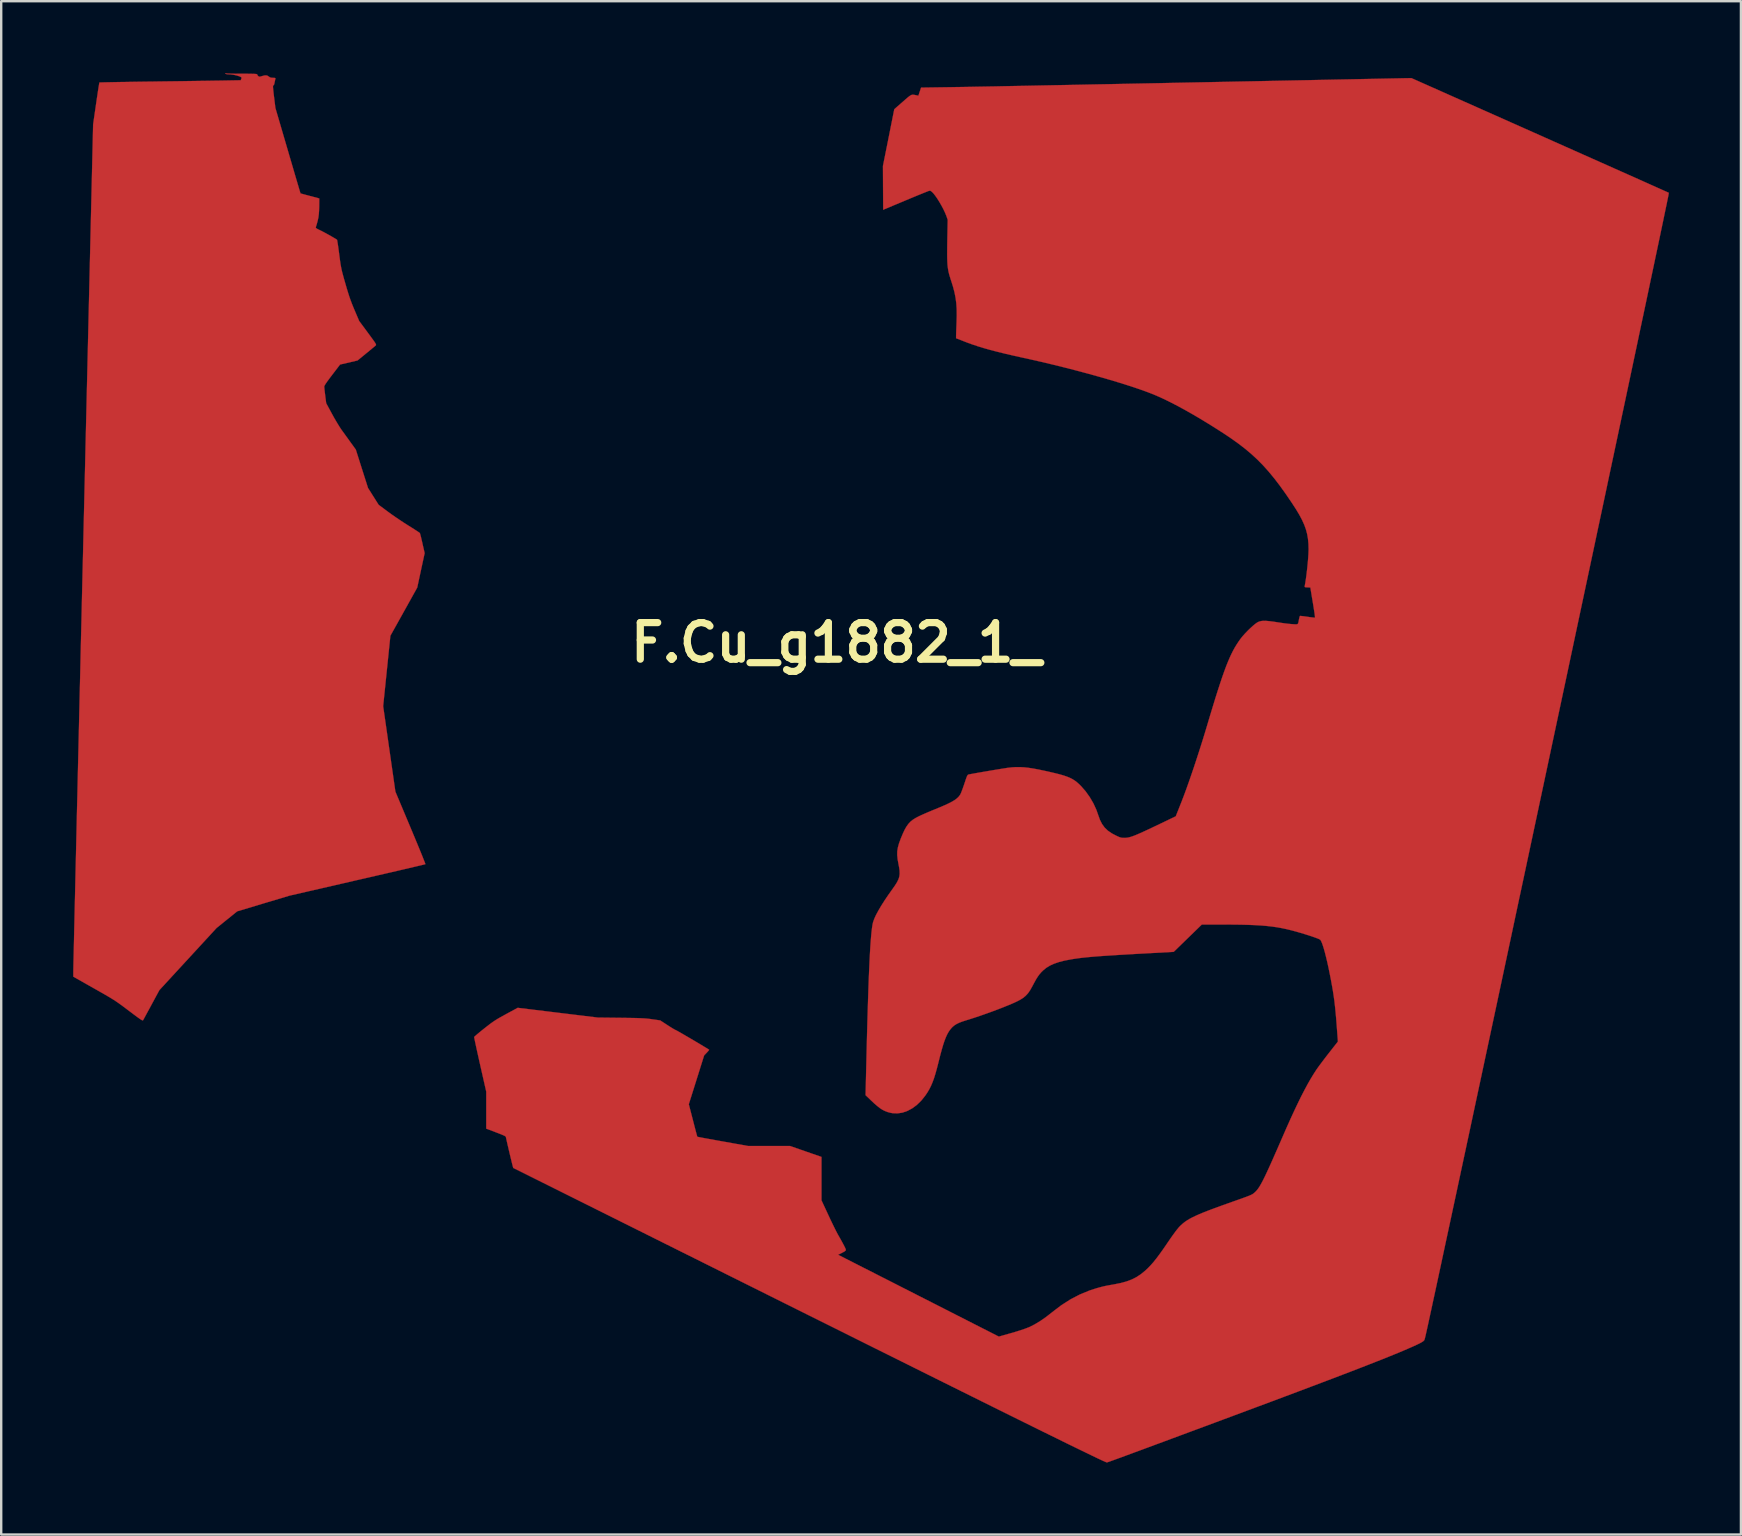
<source format=kicad_pcb>
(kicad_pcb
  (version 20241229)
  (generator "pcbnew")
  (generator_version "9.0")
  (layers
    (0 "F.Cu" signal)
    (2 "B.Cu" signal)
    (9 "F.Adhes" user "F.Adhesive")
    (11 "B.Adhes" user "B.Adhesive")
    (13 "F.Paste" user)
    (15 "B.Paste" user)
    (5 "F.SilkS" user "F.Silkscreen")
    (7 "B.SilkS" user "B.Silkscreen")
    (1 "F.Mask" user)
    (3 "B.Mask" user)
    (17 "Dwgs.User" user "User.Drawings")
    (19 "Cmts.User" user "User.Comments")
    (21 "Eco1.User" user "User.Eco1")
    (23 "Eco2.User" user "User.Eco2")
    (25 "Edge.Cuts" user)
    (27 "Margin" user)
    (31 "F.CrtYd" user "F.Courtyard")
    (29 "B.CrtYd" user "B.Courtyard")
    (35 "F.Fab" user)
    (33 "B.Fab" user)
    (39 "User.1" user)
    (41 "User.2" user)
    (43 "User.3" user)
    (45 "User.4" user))
  (footprint "F.Cu_g1882_1_"
    (layer "F.Cu")
    (at 31.797 23.73)
    (property "Reference" "F.Cu_g1882_1_" (at 0 0 0) (layer "F.SilkS") (effects (font (size 1.524 1.524) (thickness 0.3))))
    (attr through_hole)
    (fp_poly (pts (xy -25.419 -23.721) (xy -25.385 -23.717) (xy -25.315 -23.714) (xy -25.214 -23.711) (xy -25.089 -23.709) (xy -24.944 -23.708) (xy -24.786 -23.707) (xy -24.749 -23.707) (xy -24.566 -23.707) (xy -24.421 -23.705) (xy -24.311 -23.703) (xy -24.23 -23.7) (xy -24.176 -23.696) (xy -24.145 -23.69) (xy -24.131 -23.682) (xy -24.13 -23.678) (xy -24.115 -23.644) (xy -24.087 -23.611) (xy -24.06 -23.59) (xy -24.032 -23.583) (xy -23.99 -23.59) (xy -23.932 -23.608) (xy -23.831 -23.634) (xy -23.757 -23.64) (xy -23.698 -23.624) (xy -23.647 -23.59) (xy -23.593 -23.555) (xy -23.529 -23.54) (xy -23.476 -23.537) (xy -23.415 -23.535) (xy -23.376 -23.527) (xy -23.369 -23.521) (xy -23.373 -23.49) (xy -23.387 -23.426) (xy -23.406 -23.336) (xy -23.421 -23.267) (xy -23.44 -23.23) (xy -23.46 -23.22) (xy -23.468 -23.211) (xy -23.471 -23.181) (xy -23.469 -23.127) (xy -23.462 -23.044) (xy -23.45 -22.928) (xy -23.432 -22.775) (xy -23.428 -22.749) (xy -23.37 -22.278) (xy -22.849 -20.5) (xy -22.772 -20.236) (xy -22.697 -19.983) (xy -22.627 -19.744) (xy -22.563 -19.524) (xy -22.504 -19.324) (xy -22.452 -19.147) (xy -22.407 -18.997) (xy -22.372 -18.877) (xy -22.345 -18.789) (xy -22.329 -18.735) (xy -22.324 -18.72) (xy -22.304 -18.714) (xy -22.248 -18.699) (xy -22.165 -18.676) (xy -22.06 -18.648) (xy -21.939 -18.616) (xy -21.932 -18.614) (xy -21.543 -18.51) (xy -21.546 -18.185) (xy -21.551 -18.006) (xy -21.561 -17.855) (xy -21.579 -17.718) (xy -21.609 -17.579) (xy -21.651 -17.426) (xy -21.686 -17.313) (xy -21.686 -17.291) (xy -21.668 -17.269) (xy -21.624 -17.241) (xy -21.55 -17.204) (xy -21.523 -17.191) (xy -21.457 -17.159) (xy -21.37 -17.114) (xy -21.269 -17.06) (xy -21.163 -17.001) (xy -21.058 -16.943) (xy -20.962 -16.887) (xy -20.882 -16.84) (xy -20.826 -16.805) (xy -20.803 -16.789) (xy -20.796 -16.765) (xy -20.786 -16.704) (xy -20.771 -16.613) (xy -20.754 -16.496) (xy -20.735 -16.358) (xy -20.715 -16.207) (xy -20.712 -16.182) (xy -20.69 -16.013) (xy -20.671 -15.873) (xy -20.653 -15.755) (xy -20.634 -15.65) (xy -20.614 -15.549) (xy -20.589 -15.444) (xy -20.558 -15.327) (xy -20.52 -15.188) (xy -20.472 -15.02) (xy -20.455 -14.962) (xy -20.395 -14.754) (xy -20.341 -14.578) (xy -20.292 -14.424) (xy -20.242 -14.282) (xy -20.19 -14.143) (xy -20.132 -13.998) (xy -20.078 -13.869) (xy -19.88 -13.404) (xy -19.516 -12.912) (xy -19.411 -12.769) (xy -19.329 -12.657) (xy -19.267 -12.571) (xy -19.223 -12.507) (xy -19.195 -12.461) (xy -19.181 -12.429) (xy -19.177 -12.408) (xy -19.181 -12.394) (xy -19.191 -12.383) (xy -19.218 -12.359) (xy -19.273 -12.313) (xy -19.35 -12.25) (xy -19.444 -12.172) (xy -19.548 -12.086) (xy -19.589 -12.053) (xy -19.947 -11.759) (xy -20.676 -11.589) (xy -21.006 -11.157) (xy -21.121 -11.006) (xy -21.21 -10.884) (xy -21.274 -10.791) (xy -21.315 -10.725) (xy -21.334 -10.682) (xy -21.336 -10.671) (xy -21.333 -10.63) (xy -21.326 -10.557) (xy -21.315 -10.46) (xy -21.301 -10.348) (xy -21.295 -10.296) (xy -21.254 -9.977) (xy -21.011 -9.528) (xy -20.932 -9.385) (xy -20.848 -9.239) (xy -20.764 -9.1) (xy -20.688 -8.977) (xy -20.623 -8.879) (xy -20.604 -8.852) (xy -20.53 -8.751) (xy -20.442 -8.629) (xy -20.348 -8.499) (xy -20.258 -8.374) (xy -20.23 -8.335) (xy -20.02 -8.045) (xy -19.766 -7.245) (xy -19.511 -6.445) (xy -19.289 -6.093) (xy -19.067 -5.742) (xy -18.672 -5.448) (xy -18.531 -5.346) (xy -18.366 -5.231) (xy -18.19 -5.112) (xy -18.015 -4.996) (xy -17.854 -4.893) (xy -17.822 -4.874) (xy -17.697 -4.796) (xy -17.584 -4.724) (xy -17.488 -4.662) (xy -17.413 -4.612) (xy -17.366 -4.579) (xy -17.351 -4.566) (xy -17.341 -4.538) (xy -17.324 -4.476) (xy -17.301 -4.386) (xy -17.275 -4.274) (xy -17.246 -4.149) (xy -17.243 -4.134) (xy -17.151 -3.729) (xy -17.306 -3.012) (xy -17.46 -2.295) (xy -18.019 -1.29) (xy -18.579 -0.286) (xy -18.88 2.647) (xy -18.625 4.429) (xy -18.37 6.21) (xy -17.738 7.714) (xy -17.638 7.953) (xy -17.543 8.18) (xy -17.455 8.393) (xy -17.374 8.589) (xy -17.302 8.764) (xy -17.241 8.916) (xy -17.191 9.042) (xy -17.153 9.138) (xy -17.129 9.202) (xy -17.12 9.23) (xy -17.12 9.232) (xy -17.142 9.238) (xy -17.203 9.253) (xy -17.3 9.277) (xy -17.432 9.308) (xy -17.595 9.346) (xy -17.788 9.392) (xy -18.007 9.443) (xy -18.252 9.5) (xy -18.518 9.562) (xy -18.805 9.628) (xy -19.109 9.698) (xy -19.428 9.772) (xy -19.759 9.848) (xy -19.96 9.894) (xy -22.785 10.544) (xy -23.874 10.87) (xy -24.962 11.197) (xy -25.392 11.544) (xy -25.822 11.891) (xy -27.013 13.185) (xy -28.205 14.48) (xy -28.533 15.087) (xy -28.613 15.236) (xy -28.688 15.373) (xy -28.754 15.495) (xy -28.809 15.597) (xy -28.851 15.674) (xy -28.877 15.721) (xy -28.884 15.733) (xy -28.893 15.741) (xy -28.908 15.741) (xy -28.934 15.731) (xy -28.974 15.708) (xy -29.03 15.671) (xy -29.107 15.616) (xy -29.208 15.542) (xy -29.335 15.447) (xy -29.481 15.337) (xy -29.616 15.235) (xy -29.732 15.148) (xy -29.835 15.073) (xy -29.929 15.006) (xy -30.021 14.943) (xy -30.115 14.882) (xy -30.217 14.818) (xy -30.332 14.75) (xy -30.464 14.672) (xy -30.621 14.583) (xy -30.805 14.478) (xy -30.924 14.411) (xy -31.792 13.919) (xy -31.792 13.706) (xy -31.792 13.675) (xy -31.79 13.602) (xy -31.788 13.489) (xy -31.785 13.336) (xy -31.78 13.146) (xy -31.775 12.917) (xy -31.769 12.653) (xy -31.762 12.353) (xy -31.755 12.019) (xy -31.746 11.652) (xy -31.737 11.252) (xy -31.727 10.821) (xy -31.716 10.36) (xy -31.705 9.869) (xy -31.693 9.35) (xy -31.68 8.804) (xy -31.667 8.231) (xy -31.653 7.633) (xy -31.639 7.011) (xy -31.623 6.365) (xy -31.608 5.697) (xy -31.592 5.008) (xy -31.575 4.298) (xy -31.558 3.569) (xy -31.541 2.822) (xy -31.523 2.057) (xy -31.504 1.276) (xy -31.486 0.48) (xy -31.467 -0.33) (xy -31.447 -1.154) (xy -31.428 -1.991) (xy -31.408 -2.838) (xy -31.387 -3.696) (xy -31.379 -4.053) (xy -30.966 -21.601) (xy -30.841 -22.465) (xy -30.814 -22.651) (xy -30.788 -22.824) (xy -30.765 -22.98) (xy -30.744 -23.113) (xy -30.727 -23.219) (xy -30.714 -23.295) (xy -30.707 -23.335) (xy -30.705 -23.341) (xy -30.682 -23.343) (xy -30.621 -23.345) (xy -30.522 -23.348) (xy -30.39 -23.351) (xy -30.226 -23.354) (xy -30.035 -23.358) (xy -29.818 -23.362) (xy -29.578 -23.365) (xy -29.319 -23.37) (xy -29.043 -23.374) (xy -28.753 -23.378) (xy -28.539 -23.38) (xy -28.22 -23.385) (xy -27.899 -23.389) (xy -27.58 -23.393) (xy -27.267 -23.397) (xy -26.966 -23.402) (xy -26.68 -23.406) (xy -26.413 -23.41) (xy -26.17 -23.413) (xy -25.955 -23.417) (xy -25.773 -23.419) (xy -25.628 -23.422) (xy -25.6 -23.422) (xy -24.815 -23.436) (xy -24.792 -23.496) (xy -24.781 -23.532) (xy -24.789 -23.555) (xy -24.821 -23.577) (xy -24.869 -23.598) (xy -24.977 -23.634) (xy -25.108 -23.663) (xy -25.246 -23.681) (xy -25.341 -23.685) (xy -25.403 -23.69) (xy -25.446 -23.703) (xy -25.455 -23.71) (xy -25.454 -23.725) (xy -25.419 -23.721)) (stroke (width 0.01) (type solid)) (fill yes) (layer "F.Cu"))
    (fp_poly (pts (xy 28.66 -21.438) (xy 29.091 -21.246) (xy 29.515 -21.057) (xy 29.932 -20.871) (xy 30.339 -20.69) (xy 30.734 -20.514) (xy 31.115 -20.344) (xy 31.48 -20.182) (xy 31.828 -20.027) (xy 32.156 -19.881) (xy 32.462 -19.744) (xy 32.745 -19.618) (xy 33.003 -19.503) (xy 33.233 -19.401) (xy 33.434 -19.311) (xy 33.603 -19.235) (xy 33.74 -19.174) (xy 33.841 -19.129) (xy 33.898 -19.103) (xy 34.048 -19.036) (xy 34.19 -18.972) (xy 34.321 -18.914) (xy 34.432 -18.864) (xy 34.517 -18.826) (xy 34.571 -18.802) (xy 34.573 -18.801) (xy 34.696 -18.746) (xy 34.683 -18.66) (xy 34.675 -18.617) (xy 34.658 -18.533) (xy 34.633 -18.41) (xy 34.6 -18.248) (xy 34.558 -18.049) (xy 34.509 -17.814) (xy 34.453 -17.543) (xy 34.389 -17.238) (xy 34.318 -16.9) (xy 34.24 -16.529) (xy 34.155 -16.127) (xy 34.064 -15.695) (xy 33.966 -15.233) (xy 33.863 -14.743) (xy 33.754 -14.226) (xy 33.639 -13.683) (xy 33.518 -13.114) (xy 33.393 -12.521) (xy 33.262 -11.904) (xy 33.127 -11.265) (xy 32.987 -10.605) (xy 32.843 -9.925) (xy 32.694 -9.226) (xy 32.542 -8.508) (xy 32.386 -7.773) (xy 32.226 -7.022) (xy 32.064 -6.255) (xy 31.898 -5.475) (xy 31.729 -4.681) (xy 31.558 -3.875) (xy 31.384 -3.057) (xy 31.208 -2.23) (xy 31.03 -1.393) (xy 30.85 -0.548) (xy 30.669 0.304) (xy 30.487 1.162) (xy 30.303 2.025) (xy 30.118 2.893) (xy 29.933 3.763) (xy 29.747 4.636) (xy 29.561 5.51) (xy 29.375 6.384) (xy 29.189 7.257) (xy 29.003 8.129) (xy 28.818 8.997) (xy 28.634 9.862) (xy 28.45 10.721) (xy 28.268 11.575) (xy 28.088 12.422) (xy 27.909 13.261) (xy 27.732 14.091) (xy 27.557 14.911) (xy 27.384 15.72) (xy 27.214 16.517) (xy 27.046 17.301) (xy 26.882 18.071) (xy 26.72 18.826) (xy 26.562 19.565) (xy 26.408 20.288) (xy 26.257 20.992) (xy 26.11 21.677) (xy 25.968 22.342) (xy 25.83 22.987) (xy 25.696 23.609) (xy 25.568 24.208) (xy 25.444 24.783) (xy 25.326 25.333) (xy 25.214 25.858) (xy 25.107 26.355) (xy 25.006 26.824) (xy 24.996 26.871) (xy 24.921 27.218) (xy 24.854 27.526) (xy 24.796 27.798) (xy 24.744 28.035) (xy 24.7 28.24) (xy 24.662 28.415) (xy 24.629 28.564) (xy 24.602 28.687) (xy 24.579 28.788) (xy 24.561 28.869) (xy 24.546 28.932) (xy 24.534 28.979) (xy 24.525 29.013) (xy 24.518 29.037) (xy 24.513 29.052) (xy 24.512 29.055) (xy 24.493 29.084) (xy 24.458 29.115) (xy 24.403 29.151) (xy 24.323 29.195) (xy 24.214 29.248) (xy 24.073 29.313) (xy 23.977 29.356) (xy 23.822 29.424) (xy 23.649 29.498) (xy 23.458 29.579) (xy 23.245 29.666) (xy 23.011 29.761) (xy 22.755 29.864) (xy 22.474 29.974) (xy 22.169 30.094) (xy 21.838 30.223) (xy 21.48 30.361) (xy 21.093 30.509) (xy 20.677 30.668) (xy 20.231 30.837) (xy 19.754 31.017) (xy 19.243 31.21) (xy 18.699 31.414) (xy 18.121 31.631) (xy 17.506 31.86) (xy 16.854 32.103) (xy 16.164 32.36) (xy 15.812 32.491) (xy 15.301 32.681) (xy 14.829 32.856) (xy 14.394 33.018) (xy 13.995 33.166) (xy 13.629 33.302) (xy 13.296 33.425) (xy 12.995 33.537) (xy 12.723 33.638) (xy 12.48 33.727) (xy 12.264 33.807) (xy 12.074 33.877) (xy 11.908 33.939) (xy 11.764 33.991) (xy 11.643 34.035) (xy 11.541 34.072) (xy 11.459 34.102) (xy 11.393 34.125) (xy 11.344 34.142) (xy 11.309 34.154) (xy 11.287 34.161) (xy 11.277 34.163) (xy 11.277 34.163) (xy 11.251 34.154) (xy 11.192 34.129) (xy 11.107 34.091) (xy 11.002 34.042) (xy 10.881 33.986) (xy 10.816 33.954) (xy 10.672 33.885) (xy 10.522 33.812) (xy 10.363 33.735) (xy 10.195 33.654) (xy 10.019 33.568) (xy 9.831 33.477) (xy 9.633 33.38) (xy 9.423 33.277) (xy 9.201 33.167) (xy 8.965 33.051) (xy 8.714 32.928) (xy 8.449 32.798) (xy 8.169 32.659) (xy 7.871 32.512) (xy 7.557 32.357) (xy 7.224 32.192) (xy 6.873 32.018) (xy 6.502 31.834) (xy 6.11 31.64) (xy 5.698 31.435) (xy 5.263 31.219) (xy 4.806 30.992) (xy 4.325 30.753) (xy 3.82 30.502) (xy 3.29 30.238) (xy 2.734 29.961) (xy 2.151 29.671) (xy 1.541 29.368) (xy 0.903 29.05) (xy 0.236 28.717) (xy -0.461 28.37) (xy -1.189 28.008) (xy -1.947 27.63) (xy -2.738 27.236) (xy -3.562 26.825) (xy -4.419 26.398) (xy -5.311 25.953) (xy -6.238 25.491) (xy -7.201 25.011) (xy -8.201 24.512) (xy -8.64 24.293) (xy -13.459 21.89) (xy -13.483 21.802) (xy -13.498 21.743) (xy -13.52 21.654) (xy -13.547 21.543) (xy -13.578 21.415) (xy -13.611 21.278) (xy -13.644 21.138) (xy -13.675 21.002) (xy -13.705 20.877) (xy -13.729 20.768) (xy -13.748 20.684) (xy -13.76 20.631) (xy -13.762 20.617) (xy -13.766 20.601) (xy -13.774 20.586) (xy -13.792 20.571) (xy -13.823 20.552) (xy -13.871 20.529) (xy -13.94 20.5) (xy -14.035 20.462) (xy -14.159 20.414) (xy -14.315 20.354) (xy -14.43 20.311) (xy -14.584 20.253) (xy -14.584 18.712) (xy -14.839 17.587) (xy -14.887 17.375) (xy -14.931 17.175) (xy -14.972 16.99) (xy -15.008 16.826) (xy -15.038 16.685) (xy -15.062 16.572) (xy -15.078 16.49) (xy -15.087 16.444) (xy -15.088 16.434) (xy -15.07 16.414) (xy -15.023 16.372) (xy -14.952 16.311) (xy -14.862 16.236) (xy -14.756 16.15) (xy -14.666 16.078) (xy -14.531 15.972) (xy -14.418 15.885) (xy -14.318 15.813) (xy -14.222 15.748) (xy -14.121 15.685) (xy -14.006 15.618) (xy -13.868 15.542) (xy -13.762 15.483) (xy -13.273 15.218) (xy -9.938 15.624) (xy -8.975 15.635) (xy -8.739 15.638) (xy -8.54 15.641) (xy -8.373 15.644) (xy -8.233 15.648) (xy -8.114 15.653) (xy -8.013 15.658) (xy -7.922 15.665) (xy -7.838 15.673) (xy -7.755 15.683) (xy -7.673 15.695) (xy -7.334 15.743) (xy -7.021 15.947) (xy -6.918 16.013) (xy -6.826 16.07) (xy -6.751 16.114) (xy -6.699 16.142) (xy -6.679 16.15) (xy -6.657 16.161) (xy -6.604 16.19) (xy -6.524 16.235) (xy -6.423 16.293) (xy -6.305 16.362) (xy -6.175 16.438) (xy -6.038 16.518) (xy -5.9 16.599) (xy -5.765 16.679) (xy -5.638 16.755) (xy -5.524 16.824) (xy -5.427 16.882) (xy -5.353 16.927) (xy -5.307 16.957) (xy -5.295 16.966) (xy -5.304 16.984) (xy -5.337 17.024) (xy -5.386 17.078) (xy -5.395 17.088) (xy -5.504 17.202) (xy -5.823 18.219) (xy -6.143 19.236) (xy -5.969 19.91) (xy -5.927 20.072) (xy -5.889 20.221) (xy -5.855 20.351) (xy -5.826 20.458) (xy -5.805 20.536) (xy -5.792 20.582) (xy -5.789 20.592) (xy -5.768 20.596) (xy -5.708 20.608) (xy -5.615 20.626) (xy -5.492 20.649) (xy -5.344 20.676) (xy -5.173 20.707) (xy -4.985 20.741) (xy -4.782 20.778) (xy -4.729 20.787) (xy -3.675 20.976) (xy -1.925 20.976) (xy -1.27 21.204) (xy -0.614 21.431) (xy -0.614 23.24) (xy -0.328 23.856) (xy -0.252 24.018) (xy -0.175 24.179) (xy -0.101 24.332) (xy -0.033 24.469) (xy 0.026 24.583) (xy 0.071 24.668) (xy 0.082 24.687) (xy 0.189 24.876) (xy 0.274 25.03) (xy 0.337 25.15) (xy 0.379 25.237) (xy 0.399 25.291) (xy 0.402 25.308) (xy 0.39 25.336) (xy 0.349 25.369) (xy 0.274 25.411) (xy 0.24 25.429) (xy 0.077 25.509) (xy 0.753 25.853) (xy 0.854 25.904) (xy 0.99 25.974) (xy 1.158 26.059) (xy 1.356 26.159) (xy 1.579 26.273) (xy 1.825 26.399) (xy 2.092 26.534) (xy 2.377 26.679) (xy 2.675 26.831) (xy 2.986 26.989) (xy 3.305 27.152) (xy 3.63 27.317) (xy 3.958 27.484) (xy 4.103 27.558) (xy 6.777 28.919) (xy 7.299 28.771) (xy 7.51 28.709) (xy 7.702 28.648) (xy 7.87 28.591) (xy 8.006 28.539) (xy 8.06 28.517) (xy 8.274 28.408) (xy 8.504 28.269) (xy 8.743 28.103) (xy 8.984 27.915) (xy 9.006 27.897) (xy 9.376 27.615) (xy 9.758 27.37) (xy 10.153 27.164) (xy 10.556 26.998) (xy 10.838 26.907) (xy 10.956 26.874) (xy 11.054 26.848) (xy 11.142 26.826) (xy 11.232 26.806) (xy 11.333 26.787) (xy 11.458 26.764) (xy 11.578 26.743) (xy 11.856 26.687) (xy 12.099 26.621) (xy 12.316 26.539) (xy 12.512 26.44) (xy 12.697 26.318) (xy 12.876 26.172) (xy 13.008 26.047) (xy 13.113 25.937) (xy 13.222 25.813) (xy 13.337 25.669) (xy 13.463 25.502) (xy 13.602 25.308) (xy 13.758 25.082) (xy 13.822 24.987) (xy 13.925 24.837) (xy 14.025 24.695) (xy 14.119 24.567) (xy 14.201 24.459) (xy 14.268 24.377) (xy 14.295 24.347) (xy 14.367 24.275) (xy 14.443 24.207) (xy 14.525 24.142) (xy 14.617 24.079) (xy 14.721 24.016) (xy 14.841 23.952) (xy 14.979 23.886) (xy 15.138 23.815) (xy 15.321 23.739) (xy 15.532 23.657) (xy 15.772 23.567) (xy 16.046 23.467) (xy 16.356 23.356) (xy 16.525 23.296) (xy 16.726 23.225) (xy 16.891 23.167) (xy 17.024 23.118) (xy 17.131 23.079) (xy 17.214 23.046) (xy 17.278 23.018) (xy 17.327 22.994) (xy 17.366 22.971) (xy 17.398 22.947) (xy 17.428 22.922) (xy 17.451 22.901) (xy 17.494 22.859) (xy 17.537 22.81) (xy 17.581 22.754) (xy 17.627 22.686) (xy 17.676 22.606) (xy 17.73 22.509) (xy 17.79 22.395) (xy 17.857 22.26) (xy 17.932 22.102) (xy 18.017 21.918) (xy 18.113 21.707) (xy 18.22 21.465) (xy 18.341 21.191) (xy 18.476 20.882) (xy 18.564 20.68) (xy 18.749 20.256) (xy 18.922 19.869) (xy 19.084 19.517) (xy 19.236 19.197) (xy 19.379 18.905) (xy 19.516 18.64) (xy 19.646 18.398) (xy 19.772 18.178) (xy 19.896 17.975) (xy 20.001 17.812) (xy 20.052 17.738) (xy 20.124 17.638) (xy 20.213 17.519) (xy 20.312 17.387) (xy 20.418 17.248) (xy 20.524 17.112) (xy 20.907 16.623) (xy 20.858 15.969) (xy 20.835 15.675) (xy 20.812 15.414) (xy 20.788 15.177) (xy 20.763 14.955) (xy 20.733 14.739) (xy 20.7 14.521) (xy 20.66 14.291) (xy 20.614 14.04) (xy 20.571 13.822) (xy 20.518 13.56) (xy 20.464 13.316) (xy 20.411 13.093) (xy 20.36 12.893) (xy 20.311 12.722) (xy 20.265 12.58) (xy 20.224 12.473) (xy 20.187 12.402) (xy 20.171 12.382) (xy 20.136 12.361) (xy 20.065 12.33) (xy 19.963 12.292) (xy 19.835 12.247) (xy 19.686 12.198) (xy 19.521 12.146) (xy 19.345 12.093) (xy 19.177 12.044) (xy 18.971 11.989) (xy 18.771 11.94) (xy 18.573 11.898) (xy 18.372 11.862) (xy 18.163 11.832) (xy 17.943 11.807) (xy 17.707 11.787) (xy 17.451 11.772) (xy 17.17 11.761) (xy 16.86 11.753) (xy 16.517 11.749) (xy 16.136 11.748) (xy 16.121 11.748) (xy 15.235 11.748) (xy 14.064 12.886) (xy 12.858 12.952) (xy 12.459 12.974) (xy 12.1 12.995) (xy 11.776 13.014) (xy 11.486 13.032) (xy 11.227 13.049) (xy 10.995 13.065) (xy 10.787 13.081) (xy 10.601 13.097) (xy 10.433 13.113) (xy 10.28 13.129) (xy 10.14 13.146) (xy 10.01 13.164) (xy 9.886 13.182) (xy 9.79 13.198) (xy 9.517 13.25) (xy 9.283 13.31) (xy 9.081 13.379) (xy 8.906 13.458) (xy 8.755 13.551) (xy 8.623 13.658) (xy 8.614 13.667) (xy 8.538 13.743) (xy 8.47 13.822) (xy 8.404 13.912) (xy 8.336 14.019) (xy 8.262 14.152) (xy 8.179 14.308) (xy 8.086 14.476) (xy 7.993 14.61) (xy 7.892 14.72) (xy 7.773 14.815) (xy 7.629 14.902) (xy 7.514 14.96) (xy 7.364 15.029) (xy 7.18 15.107) (xy 6.969 15.192) (xy 6.74 15.281) (xy 6.498 15.372) (xy 6.251 15.461) (xy 6.006 15.547) (xy 5.771 15.626) (xy 5.551 15.697) (xy 5.44 15.731) (xy 5.263 15.787) (xy 5.121 15.841) (xy 5.007 15.897) (xy 4.914 15.958) (xy 4.835 16.027) (xy 4.808 16.056) (xy 4.742 16.135) (xy 4.681 16.224) (xy 4.623 16.328) (xy 4.568 16.449) (xy 4.512 16.593) (xy 4.456 16.762) (xy 4.398 16.961) (xy 4.335 17.193) (xy 4.267 17.463) (xy 4.262 17.484) (xy 4.196 17.742) (xy 4.134 17.964) (xy 4.074 18.157) (xy 4.012 18.325) (xy 3.948 18.475) (xy 3.878 18.613) (xy 3.8 18.745) (xy 3.712 18.876) (xy 3.708 18.881) (xy 3.541 19.089) (xy 3.36 19.265) (xy 3.168 19.407) (xy 2.968 19.514) (xy 2.764 19.585) (xy 2.557 19.617) (xy 2.352 19.609) (xy 2.258 19.592) (xy 2.139 19.56) (xy 2.031 19.519) (xy 1.928 19.467) (xy 1.821 19.398) (xy 1.707 19.308) (xy 1.576 19.194) (xy 1.45 19.076) (xy 1.223 18.858) (xy 1.268 17.001) (xy 1.283 16.395) (xy 1.298 15.83) (xy 1.314 15.305) (xy 1.329 14.82) (xy 1.344 14.372) (xy 1.359 13.962) (xy 1.375 13.588) (xy 1.39 13.249) (xy 1.406 12.944) (xy 1.422 12.672) (xy 1.439 12.433) (xy 1.456 12.224) (xy 1.473 12.045) (xy 1.491 11.895) (xy 1.509 11.773) (xy 1.529 11.677) (xy 1.538 11.642) (xy 1.585 11.51) (xy 1.658 11.35) (xy 1.758 11.164) (xy 1.88 10.957) (xy 2.024 10.731) (xy 2.188 10.489) (xy 2.343 10.272) (xy 2.452 10.116) (xy 2.535 9.983) (xy 2.593 9.865) (xy 2.629 9.752) (xy 2.644 9.636) (xy 2.641 9.51) (xy 2.621 9.363) (xy 2.595 9.226) (xy 2.559 9.026) (xy 2.542 8.852) (xy 2.545 8.693) (xy 2.57 8.536) (xy 2.616 8.368) (xy 2.685 8.179) (xy 2.687 8.172) (xy 2.771 7.971) (xy 2.849 7.804) (xy 2.925 7.668) (xy 3.005 7.556) (xy 3.092 7.462) (xy 3.192 7.381) (xy 3.308 7.308) (xy 3.438 7.24) (xy 3.543 7.191) (xy 3.674 7.132) (xy 3.822 7.068) (xy 3.973 7.004) (xy 4.096 6.954) (xy 4.329 6.858) (xy 4.526 6.773) (xy 4.69 6.697) (xy 4.825 6.627) (xy 4.934 6.562) (xy 5.02 6.499) (xy 5.089 6.435) (xy 5.142 6.37) (xy 5.174 6.321) (xy 5.197 6.272) (xy 5.229 6.192) (xy 5.268 6.088) (xy 5.31 5.969) (xy 5.344 5.87) (xy 5.387 5.74) (xy 5.42 5.645) (xy 5.445 5.579) (xy 5.466 5.537) (xy 5.484 5.512) (xy 5.503 5.499) (xy 5.52 5.494) (xy 5.589 5.481) (xy 5.693 5.462) (xy 5.825 5.438) (xy 5.978 5.411) (xy 6.146 5.382) (xy 6.322 5.352) (xy 6.498 5.322) (xy 6.668 5.294) (xy 6.826 5.268) (xy 6.964 5.246) (xy 7.076 5.228) (xy 7.154 5.216) (xy 7.165 5.215) (xy 7.331 5.197) (xy 7.492 5.187) (xy 7.655 5.187) (xy 7.826 5.196) (xy 8.01 5.216) (xy 8.213 5.247) (xy 8.442 5.29) (xy 8.703 5.345) (xy 8.839 5.375) (xy 9.08 5.431) (xy 9.286 5.482) (xy 9.459 5.531) (xy 9.606 5.58) (xy 9.732 5.631) (xy 9.841 5.686) (xy 9.94 5.748) (xy 10.032 5.818) (xy 10.124 5.9) (xy 10.199 5.975) (xy 10.39 6.192) (xy 10.565 6.437) (xy 10.718 6.699) (xy 10.841 6.967) (xy 10.911 7.165) (xy 10.987 7.378) (xy 11.077 7.557) (xy 11.186 7.707) (xy 11.321 7.836) (xy 11.487 7.95) (xy 11.664 8.043) (xy 11.759 8.087) (xy 11.83 8.115) (xy 11.889 8.13) (xy 11.95 8.136) (xy 12.012 8.137) (xy 12.07 8.134) (xy 12.129 8.128) (xy 12.191 8.117) (xy 12.262 8.098) (xy 12.342 8.072) (xy 12.437 8.037) (xy 12.549 7.991) (xy 12.682 7.933) (xy 12.838 7.862) (xy 13.021 7.777) (xy 13.235 7.676) (xy 13.482 7.558) (xy 13.568 7.517) (xy 14.15 7.237) (xy 14.391 6.63) (xy 14.483 6.39) (xy 14.585 6.115) (xy 14.693 5.811) (xy 14.806 5.484) (xy 14.923 5.14) (xy 15.04 4.784) (xy 15.157 4.422) (xy 15.271 4.061) (xy 15.38 3.706) (xy 15.441 3.503) (xy 15.569 3.073) (xy 15.688 2.681) (xy 15.797 2.325) (xy 15.899 2.002) (xy 15.994 1.711) (xy 16.082 1.448) (xy 16.165 1.212) (xy 16.244 0.999) (xy 16.32 0.807) (xy 16.394 0.634) (xy 16.466 0.478) (xy 16.538 0.335) (xy 16.61 0.204) (xy 16.684 0.082) (xy 16.76 -0.034) (xy 16.839 -0.146) (xy 16.861 -0.175) (xy 16.942 -0.275) (xy 17.04 -0.385) (xy 17.147 -0.496) (xy 17.258 -0.604) (xy 17.365 -0.701) (xy 17.462 -0.781) (xy 17.542 -0.838) (xy 17.572 -0.855) (xy 17.638 -0.882) (xy 17.713 -0.9) (xy 17.802 -0.909) (xy 17.909 -0.907) (xy 18.042 -0.896) (xy 18.205 -0.876) (xy 18.394 -0.847) (xy 18.538 -0.825) (xy 18.686 -0.804) (xy 18.826 -0.787) (xy 18.945 -0.775) (xy 19.011 -0.77) (xy 19.112 -0.763) (xy 19.18 -0.762) (xy 19.222 -0.772) (xy 19.247 -0.8) (xy 19.263 -0.852) (xy 19.278 -0.934) (xy 19.284 -0.969) (xy 19.3 -1.039) (xy 19.315 -1.091) (xy 19.326 -1.112) (xy 19.352 -1.113) (xy 19.412 -1.107) (xy 19.497 -1.097) (xy 19.601 -1.083) (xy 19.642 -1.077) (xy 19.749 -1.061) (xy 19.841 -1.05) (xy 19.91 -1.043) (xy 19.948 -1.042) (xy 19.952 -1.043) (xy 19.952 -1.066) (xy 19.945 -1.126) (xy 19.933 -1.217) (xy 19.916 -1.334) (xy 19.894 -1.471) (xy 19.87 -1.624) (xy 19.861 -1.676) (xy 19.758 -2.297) (xy 19.635 -2.303) (xy 19.567 -2.307) (xy 19.531 -2.315) (xy 19.52 -2.332) (xy 19.524 -2.362) (xy 19.525 -2.366) (xy 19.551 -2.51) (xy 19.577 -2.684) (xy 19.603 -2.88) (xy 19.627 -3.088) (xy 19.648 -3.298) (xy 19.666 -3.499) (xy 19.678 -3.684) (xy 19.684 -3.84) (xy 19.685 -3.897) (xy 19.679 -4.119) (xy 19.66 -4.325) (xy 19.626 -4.522) (xy 19.575 -4.715) (xy 19.505 -4.91) (xy 19.413 -5.113) (xy 19.298 -5.329) (xy 19.158 -5.563) (xy 18.99 -5.821) (xy 18.976 -5.842) (xy 18.724 -6.212) (xy 18.483 -6.547) (xy 18.25 -6.851) (xy 18.02 -7.13) (xy 17.788 -7.388) (xy 17.552 -7.628) (xy 17.305 -7.856) (xy 17.044 -8.076) (xy 16.764 -8.292) (xy 16.461 -8.508) (xy 16.131 -8.73) (xy 16.039 -8.789) (xy 15.624 -9.052) (xy 15.219 -9.3) (xy 14.828 -9.53) (xy 14.453 -9.741) (xy 14.097 -9.931) (xy 13.764 -10.099) (xy 13.457 -10.243) (xy 13.178 -10.361) (xy 13.157 -10.37) (xy 12.868 -10.479) (xy 12.541 -10.594) (xy 12.18 -10.713) (xy 11.79 -10.836) (xy 11.373 -10.961) (xy 10.934 -11.087) (xy 10.477 -11.214) (xy 10.006 -11.34) (xy 9.524 -11.464) (xy 9.035 -11.585) (xy 8.544 -11.702) (xy 8.055 -11.813) (xy 7.821 -11.864) (xy 7.418 -11.954) (xy 7.054 -12.038) (xy 6.724 -12.119) (xy 6.424 -12.197) (xy 6.151 -12.274) (xy 5.901 -12.35) (xy 5.671 -12.427) (xy 5.456 -12.505) (xy 5.382 -12.534) (xy 4.995 -12.685) (xy 4.996 -12.804) (xy 4.998 -12.863) (xy 5 -12.955) (xy 5.005 -13.071) (xy 5.01 -13.202) (xy 5.015 -13.335) (xy 5.023 -13.633) (xy 5.02 -13.899) (xy 5.004 -14.143) (xy 4.973 -14.374) (xy 4.928 -14.603) (xy 4.866 -14.837) (xy 4.803 -15.039) (xy 4.765 -15.155) (xy 4.733 -15.259) (xy 4.705 -15.356) (xy 4.682 -15.45) (xy 4.664 -15.544) (xy 4.649 -15.644) (xy 4.638 -15.753) (xy 4.631 -15.875) (xy 4.626 -16.015) (xy 4.624 -16.177) (xy 4.625 -16.365) (xy 4.627 -16.583) (xy 4.631 -16.835) (xy 4.636 -17.103) (xy 4.646 -17.621) (xy 4.587 -17.791) (xy 4.536 -17.915) (xy 4.469 -18.057) (xy 4.389 -18.208) (xy 4.303 -18.358) (xy 4.214 -18.5) (xy 4.128 -18.624) (xy 4.051 -18.722) (xy 4.02 -18.755) (xy 3.964 -18.806) (xy 3.923 -18.83) (xy 3.885 -18.832) (xy 3.877 -18.831) (xy 3.846 -18.82) (xy 3.781 -18.795) (xy 3.685 -18.757) (xy 3.562 -18.707) (xy 3.416 -18.648) (xy 3.252 -18.58) (xy 3.073 -18.506) (xy 2.889 -18.429) (xy 1.958 -18.039) (xy 1.952 -18.951) (xy 1.947 -19.863) (xy 2.184 -21.046) (xy 2.42 -22.23) (xy 2.771 -22.536) (xy 2.886 -22.637) (xy 2.975 -22.714) (xy 3.044 -22.769) (xy 3.098 -22.805) (xy 3.144 -22.826) (xy 3.187 -22.833) (xy 3.235 -22.83) (xy 3.292 -22.82) (xy 3.358 -22.806) (xy 3.424 -22.792) (xy 3.48 -22.96) (xy 3.536 -23.129) (xy 4.493 -23.143) (xy 4.723 -23.146) (xy 4.984 -23.151) (xy 5.268 -23.155) (xy 5.563 -23.16) (xy 5.86 -23.166) (xy 6.149 -23.171) (xy 6.42 -23.176) (xy 6.551 -23.178) (xy 6.975 -23.187) (xy 7.438 -23.196) (xy 7.936 -23.205) (xy 8.466 -23.216) (xy 9.025 -23.227) (xy 9.608 -23.238) (xy 10.214 -23.25) (xy 10.838 -23.263) (xy 11.476 -23.275) (xy 12.126 -23.288) (xy 12.784 -23.301) (xy 13.446 -23.314) (xy 14.109 -23.328) (xy 14.77 -23.341) (xy 15.425 -23.354) (xy 16.071 -23.367) (xy 16.704 -23.38) (xy 17.321 -23.392) (xy 17.918 -23.404) (xy 18.492 -23.416) (xy 19.039 -23.427) (xy 19.241 -23.431) (xy 19.66 -23.439) (xy 20.07 -23.448) (xy 20.47 -23.456) (xy 20.857 -23.464) (xy 21.228 -23.471) (xy 21.582 -23.478) (xy 21.916 -23.485) (xy 22.228 -23.491) (xy 22.515 -23.497) (xy 22.777 -23.502) (xy 23.009 -23.507) (xy 23.21 -23.511) (xy 23.379 -23.514) (xy 23.512 -23.517) (xy 23.607 -23.519) (xy 23.662 -23.52) (xy 23.664 -23.52) (xy 23.971 -23.525) (xy 28.66 -21.438)) (stroke (width 0.01) (type solid)) (fill yes) (layer "F.Cu")))
  (gr_rect
    (start -3 -3)
    (end 69.499 60.898)
    (stroke (width 0.1) (type default))
    (fill no)
    (layer "Edge.Cuts")))
</source>
